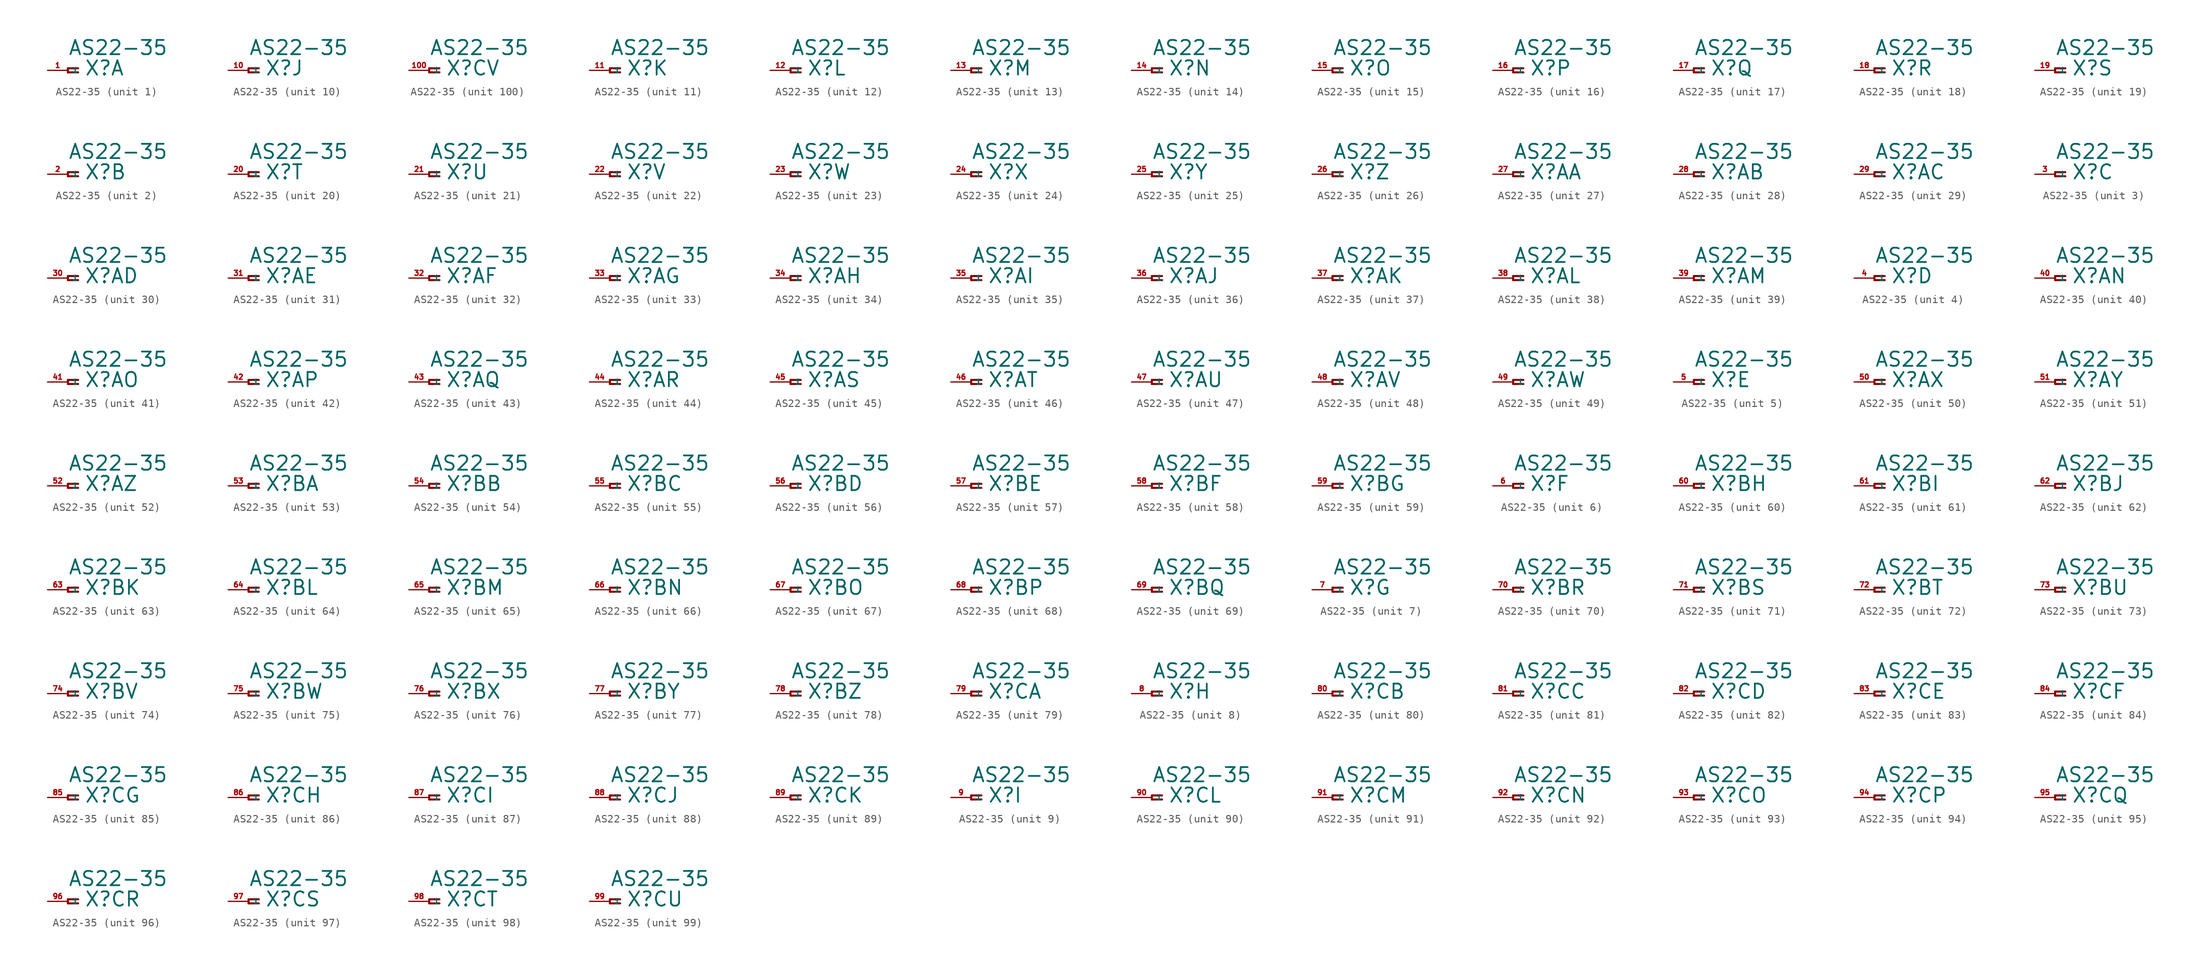
<source format=kicad_sym>
(kicad_symbol_lib
  (version 20220914)
  (generator Eagle2Kicad)
  (symbol "AS22-35"
    (property "Reference" "X"
      (at 2.032 -0.762 0)
      (effects (font (size 1.778 1.778) (thickness 0.22)) (justify left bottom)))
    (property "Value" "AS22-35"
      (at 0 1.778 0)
      (effects (font (size 1.778 1.778) (thickness 0.22)) (justify left bottom)))
    (symbol "AS22-35_1_0"
      (polyline (pts (xy 1.27 0.254) (xy 0 0.254)) (stroke (width 0.254) (type default)) (fill (type none)))
      (polyline (pts (xy 0 0.254) (xy 0 -0.254)) (stroke (width 0.254) (type default)) (fill (type none)))
      (polyline (pts (xy 0 -0.254) (xy 1.27 -0.254)) (stroke (width 0.254) (type default)) (fill (type none)))
      (pin passive line (at -2.54 0 0) (length 2.54) (name "1" (effects (font (size 0.635 0.635) (thickness 0.08)) (justify left bottom))) (number "1" (effects (font (size 0.635 0.635) (thickness 0.08)) (justify left bottom)))))
    (symbol "AS22-35_2_0"
      (polyline (pts (xy 1.27 0.254) (xy 0 0.254)) (stroke (width 0.254) (type default)) (fill (type none)))
      (polyline (pts (xy 0 0.254) (xy 0 -0.254)) (stroke (width 0.254) (type default)) (fill (type none)))
      (polyline (pts (xy 0 -0.254) (xy 1.27 -0.254)) (stroke (width 0.254) (type default)) (fill (type none)))
      (pin passive line (at -2.54 0 0) (length 2.54) (name "1" (effects (font (size 0.635 0.635) (thickness 0.08)) (justify left bottom))) (number "2" (effects (font (size 0.635 0.635) (thickness 0.08)) (justify left bottom)))))
    (symbol "AS22-35_3_0"
      (polyline (pts (xy 1.27 0.254) (xy 0 0.254)) (stroke (width 0.254) (type default)) (fill (type none)))
      (polyline (pts (xy 0 0.254) (xy 0 -0.254)) (stroke (width 0.254) (type default)) (fill (type none)))
      (polyline (pts (xy 0 -0.254) (xy 1.27 -0.254)) (stroke (width 0.254) (type default)) (fill (type none)))
      (pin passive line (at -2.54 0 0) (length 2.54) (name "1" (effects (font (size 0.635 0.635) (thickness 0.08)) (justify left bottom))) (number "3" (effects (font (size 0.635 0.635) (thickness 0.08)) (justify left bottom)))))
    (symbol "AS22-35_4_0"
      (polyline (pts (xy 1.27 0.254) (xy 0 0.254)) (stroke (width 0.254) (type default)) (fill (type none)))
      (polyline (pts (xy 0 0.254) (xy 0 -0.254)) (stroke (width 0.254) (type default)) (fill (type none)))
      (polyline (pts (xy 0 -0.254) (xy 1.27 -0.254)) (stroke (width 0.254) (type default)) (fill (type none)))
      (pin passive line (at -2.54 0 0) (length 2.54) (name "1" (effects (font (size 0.635 0.635) (thickness 0.08)) (justify left bottom))) (number "4" (effects (font (size 0.635 0.635) (thickness 0.08)) (justify left bottom)))))
    (symbol "AS22-35_5_0"
      (polyline (pts (xy 1.27 0.254) (xy 0 0.254)) (stroke (width 0.254) (type default)) (fill (type none)))
      (polyline (pts (xy 0 0.254) (xy 0 -0.254)) (stroke (width 0.254) (type default)) (fill (type none)))
      (polyline (pts (xy 0 -0.254) (xy 1.27 -0.254)) (stroke (width 0.254) (type default)) (fill (type none)))
      (pin passive line (at -2.54 0 0) (length 2.54) (name "1" (effects (font (size 0.635 0.635) (thickness 0.08)) (justify left bottom))) (number "5" (effects (font (size 0.635 0.635) (thickness 0.08)) (justify left bottom)))))
    (symbol "AS22-35_6_0"
      (polyline (pts (xy 1.27 0.254) (xy 0 0.254)) (stroke (width 0.254) (type default)) (fill (type none)))
      (polyline (pts (xy 0 0.254) (xy 0 -0.254)) (stroke (width 0.254) (type default)) (fill (type none)))
      (polyline (pts (xy 0 -0.254) (xy 1.27 -0.254)) (stroke (width 0.254) (type default)) (fill (type none)))
      (pin passive line (at -2.54 0 0) (length 2.54) (name "1" (effects (font (size 0.635 0.635) (thickness 0.08)) (justify left bottom))) (number "6" (effects (font (size 0.635 0.635) (thickness 0.08)) (justify left bottom)))))
    (symbol "AS22-35_7_0"
      (polyline (pts (xy 1.27 0.254) (xy 0 0.254)) (stroke (width 0.254) (type default)) (fill (type none)))
      (polyline (pts (xy 0 0.254) (xy 0 -0.254)) (stroke (width 0.254) (type default)) (fill (type none)))
      (polyline (pts (xy 0 -0.254) (xy 1.27 -0.254)) (stroke (width 0.254) (type default)) (fill (type none)))
      (pin passive line (at -2.54 0 0) (length 2.54) (name "1" (effects (font (size 0.635 0.635) (thickness 0.08)) (justify left bottom))) (number "7" (effects (font (size 0.635 0.635) (thickness 0.08)) (justify left bottom)))))
    (symbol "AS22-35_8_0"
      (polyline (pts (xy 1.27 0.254) (xy 0 0.254)) (stroke (width 0.254) (type default)) (fill (type none)))
      (polyline (pts (xy 0 0.254) (xy 0 -0.254)) (stroke (width 0.254) (type default)) (fill (type none)))
      (polyline (pts (xy 0 -0.254) (xy 1.27 -0.254)) (stroke (width 0.254) (type default)) (fill (type none)))
      (pin passive line (at -2.54 0 0) (length 2.54) (name "1" (effects (font (size 0.635 0.635) (thickness 0.08)) (justify left bottom))) (number "8" (effects (font (size 0.635 0.635) (thickness 0.08)) (justify left bottom)))))
    (symbol "AS22-35_9_0"
      (polyline (pts (xy 1.27 0.254) (xy 0 0.254)) (stroke (width 0.254) (type default)) (fill (type none)))
      (polyline (pts (xy 0 0.254) (xy 0 -0.254)) (stroke (width 0.254) (type default)) (fill (type none)))
      (polyline (pts (xy 0 -0.254) (xy 1.27 -0.254)) (stroke (width 0.254) (type default)) (fill (type none)))
      (pin passive line (at -2.54 0 0) (length 2.54) (name "1" (effects (font (size 0.635 0.635) (thickness 0.08)) (justify left bottom))) (number "9" (effects (font (size 0.635 0.635) (thickness 0.08)) (justify left bottom)))))
    (symbol "AS22-35_10_0"
      (polyline (pts (xy 1.27 0.254) (xy 0 0.254)) (stroke (width 0.254) (type default)) (fill (type none)))
      (polyline (pts (xy 0 0.254) (xy 0 -0.254)) (stroke (width 0.254) (type default)) (fill (type none)))
      (polyline (pts (xy 0 -0.254) (xy 1.27 -0.254)) (stroke (width 0.254) (type default)) (fill (type none)))
      (pin passive line (at -2.54 0 0) (length 2.54) (name "1" (effects (font (size 0.635 0.635) (thickness 0.08)) (justify left bottom))) (number "10" (effects (font (size 0.635 0.635) (thickness 0.08)) (justify left bottom)))))
    (symbol "AS22-35_11_0"
      (polyline (pts (xy 1.27 0.254) (xy 0 0.254)) (stroke (width 0.254) (type default)) (fill (type none)))
      (polyline (pts (xy 0 0.254) (xy 0 -0.254)) (stroke (width 0.254) (type default)) (fill (type none)))
      (polyline (pts (xy 0 -0.254) (xy 1.27 -0.254)) (stroke (width 0.254) (type default)) (fill (type none)))
      (pin passive line (at -2.54 0 0) (length 2.54) (name "1" (effects (font (size 0.635 0.635) (thickness 0.08)) (justify left bottom))) (number "11" (effects (font (size 0.635 0.635) (thickness 0.08)) (justify left bottom)))))
    (symbol "AS22-35_12_0"
      (polyline (pts (xy 1.27 0.254) (xy 0 0.254)) (stroke (width 0.254) (type default)) (fill (type none)))
      (polyline (pts (xy 0 0.254) (xy 0 -0.254)) (stroke (width 0.254) (type default)) (fill (type none)))
      (polyline (pts (xy 0 -0.254) (xy 1.27 -0.254)) (stroke (width 0.254) (type default)) (fill (type none)))
      (pin passive line (at -2.54 0 0) (length 2.54) (name "1" (effects (font (size 0.635 0.635) (thickness 0.08)) (justify left bottom))) (number "12" (effects (font (size 0.635 0.635) (thickness 0.08)) (justify left bottom)))))
    (symbol "AS22-35_13_0"
      (polyline (pts (xy 1.27 0.254) (xy 0 0.254)) (stroke (width 0.254) (type default)) (fill (type none)))
      (polyline (pts (xy 0 0.254) (xy 0 -0.254)) (stroke (width 0.254) (type default)) (fill (type none)))
      (polyline (pts (xy 0 -0.254) (xy 1.27 -0.254)) (stroke (width 0.254) (type default)) (fill (type none)))
      (pin passive line (at -2.54 0 0) (length 2.54) (name "1" (effects (font (size 0.635 0.635) (thickness 0.08)) (justify left bottom))) (number "13" (effects (font (size 0.635 0.635) (thickness 0.08)) (justify left bottom)))))
    (symbol "AS22-35_14_0"
      (polyline (pts (xy 1.27 0.254) (xy 0 0.254)) (stroke (width 0.254) (type default)) (fill (type none)))
      (polyline (pts (xy 0 0.254) (xy 0 -0.254)) (stroke (width 0.254) (type default)) (fill (type none)))
      (polyline (pts (xy 0 -0.254) (xy 1.27 -0.254)) (stroke (width 0.254) (type default)) (fill (type none)))
      (pin passive line (at -2.54 0 0) (length 2.54) (name "1" (effects (font (size 0.635 0.635) (thickness 0.08)) (justify left bottom))) (number "14" (effects (font (size 0.635 0.635) (thickness 0.08)) (justify left bottom)))))
    (symbol "AS22-35_15_0"
      (polyline (pts (xy 1.27 0.254) (xy 0 0.254)) (stroke (width 0.254) (type default)) (fill (type none)))
      (polyline (pts (xy 0 0.254) (xy 0 -0.254)) (stroke (width 0.254) (type default)) (fill (type none)))
      (polyline (pts (xy 0 -0.254) (xy 1.27 -0.254)) (stroke (width 0.254) (type default)) (fill (type none)))
      (pin passive line (at -2.54 0 0) (length 2.54) (name "1" (effects (font (size 0.635 0.635) (thickness 0.08)) (justify left bottom))) (number "15" (effects (font (size 0.635 0.635) (thickness 0.08)) (justify left bottom)))))
    (symbol "AS22-35_16_0"
      (polyline (pts (xy 1.27 0.254) (xy 0 0.254)) (stroke (width 0.254) (type default)) (fill (type none)))
      (polyline (pts (xy 0 0.254) (xy 0 -0.254)) (stroke (width 0.254) (type default)) (fill (type none)))
      (polyline (pts (xy 0 -0.254) (xy 1.27 -0.254)) (stroke (width 0.254) (type default)) (fill (type none)))
      (pin passive line (at -2.54 0 0) (length 2.54) (name "1" (effects (font (size 0.635 0.635) (thickness 0.08)) (justify left bottom))) (number "16" (effects (font (size 0.635 0.635) (thickness 0.08)) (justify left bottom)))))
    (symbol "AS22-35_17_0"
      (polyline (pts (xy 1.27 0.254) (xy 0 0.254)) (stroke (width 0.254) (type default)) (fill (type none)))
      (polyline (pts (xy 0 0.254) (xy 0 -0.254)) (stroke (width 0.254) (type default)) (fill (type none)))
      (polyline (pts (xy 0 -0.254) (xy 1.27 -0.254)) (stroke (width 0.254) (type default)) (fill (type none)))
      (pin passive line (at -2.54 0 0) (length 2.54) (name "1" (effects (font (size 0.635 0.635) (thickness 0.08)) (justify left bottom))) (number "17" (effects (font (size 0.635 0.635) (thickness 0.08)) (justify left bottom)))))
    (symbol "AS22-35_18_0"
      (polyline (pts (xy 1.27 0.254) (xy 0 0.254)) (stroke (width 0.254) (type default)) (fill (type none)))
      (polyline (pts (xy 0 0.254) (xy 0 -0.254)) (stroke (width 0.254) (type default)) (fill (type none)))
      (polyline (pts (xy 0 -0.254) (xy 1.27 -0.254)) (stroke (width 0.254) (type default)) (fill (type none)))
      (pin passive line (at -2.54 0 0) (length 2.54) (name "1" (effects (font (size 0.635 0.635) (thickness 0.08)) (justify left bottom))) (number "18" (effects (font (size 0.635 0.635) (thickness 0.08)) (justify left bottom)))))
    (symbol "AS22-35_19_0"
      (polyline (pts (xy 1.27 0.254) (xy 0 0.254)) (stroke (width 0.254) (type default)) (fill (type none)))
      (polyline (pts (xy 0 0.254) (xy 0 -0.254)) (stroke (width 0.254) (type default)) (fill (type none)))
      (polyline (pts (xy 0 -0.254) (xy 1.27 -0.254)) (stroke (width 0.254) (type default)) (fill (type none)))
      (pin passive line (at -2.54 0 0) (length 2.54) (name "1" (effects (font (size 0.635 0.635) (thickness 0.08)) (justify left bottom))) (number "19" (effects (font (size 0.635 0.635) (thickness 0.08)) (justify left bottom)))))
    (symbol "AS22-35_20_0"
      (polyline (pts (xy 1.27 0.254) (xy 0 0.254)) (stroke (width 0.254) (type default)) (fill (type none)))
      (polyline (pts (xy 0 0.254) (xy 0 -0.254)) (stroke (width 0.254) (type default)) (fill (type none)))
      (polyline (pts (xy 0 -0.254) (xy 1.27 -0.254)) (stroke (width 0.254) (type default)) (fill (type none)))
      (pin passive line (at -2.54 0 0) (length 2.54) (name "1" (effects (font (size 0.635 0.635) (thickness 0.08)) (justify left bottom))) (number "20" (effects (font (size 0.635 0.635) (thickness 0.08)) (justify left bottom)))))
    (symbol "AS22-35_21_0"
      (polyline (pts (xy 1.27 0.254) (xy 0 0.254)) (stroke (width 0.254) (type default)) (fill (type none)))
      (polyline (pts (xy 0 0.254) (xy 0 -0.254)) (stroke (width 0.254) (type default)) (fill (type none)))
      (polyline (pts (xy 0 -0.254) (xy 1.27 -0.254)) (stroke (width 0.254) (type default)) (fill (type none)))
      (pin passive line (at -2.54 0 0) (length 2.54) (name "1" (effects (font (size 0.635 0.635) (thickness 0.08)) (justify left bottom))) (number "21" (effects (font (size 0.635 0.635) (thickness 0.08)) (justify left bottom)))))
    (symbol "AS22-35_22_0"
      (polyline (pts (xy 1.27 0.254) (xy 0 0.254)) (stroke (width 0.254) (type default)) (fill (type none)))
      (polyline (pts (xy 0 0.254) (xy 0 -0.254)) (stroke (width 0.254) (type default)) (fill (type none)))
      (polyline (pts (xy 0 -0.254) (xy 1.27 -0.254)) (stroke (width 0.254) (type default)) (fill (type none)))
      (pin passive line (at -2.54 0 0) (length 2.54) (name "1" (effects (font (size 0.635 0.635) (thickness 0.08)) (justify left bottom))) (number "22" (effects (font (size 0.635 0.635) (thickness 0.08)) (justify left bottom)))))
    (symbol "AS22-35_23_0"
      (polyline (pts (xy 1.27 0.254) (xy 0 0.254)) (stroke (width 0.254) (type default)) (fill (type none)))
      (polyline (pts (xy 0 0.254) (xy 0 -0.254)) (stroke (width 0.254) (type default)) (fill (type none)))
      (polyline (pts (xy 0 -0.254) (xy 1.27 -0.254)) (stroke (width 0.254) (type default)) (fill (type none)))
      (pin passive line (at -2.54 0 0) (length 2.54) (name "1" (effects (font (size 0.635 0.635) (thickness 0.08)) (justify left bottom))) (number "23" (effects (font (size 0.635 0.635) (thickness 0.08)) (justify left bottom)))))
    (symbol "AS22-35_24_0"
      (polyline (pts (xy 1.27 0.254) (xy 0 0.254)) (stroke (width 0.254) (type default)) (fill (type none)))
      (polyline (pts (xy 0 0.254) (xy 0 -0.254)) (stroke (width 0.254) (type default)) (fill (type none)))
      (polyline (pts (xy 0 -0.254) (xy 1.27 -0.254)) (stroke (width 0.254) (type default)) (fill (type none)))
      (pin passive line (at -2.54 0 0) (length 2.54) (name "1" (effects (font (size 0.635 0.635) (thickness 0.08)) (justify left bottom))) (number "24" (effects (font (size 0.635 0.635) (thickness 0.08)) (justify left bottom)))))
    (symbol "AS22-35_25_0"
      (polyline (pts (xy 1.27 0.254) (xy 0 0.254)) (stroke (width 0.254) (type default)) (fill (type none)))
      (polyline (pts (xy 0 0.254) (xy 0 -0.254)) (stroke (width 0.254) (type default)) (fill (type none)))
      (polyline (pts (xy 0 -0.254) (xy 1.27 -0.254)) (stroke (width 0.254) (type default)) (fill (type none)))
      (pin passive line (at -2.54 0 0) (length 2.54) (name "1" (effects (font (size 0.635 0.635) (thickness 0.08)) (justify left bottom))) (number "25" (effects (font (size 0.635 0.635) (thickness 0.08)) (justify left bottom)))))
    (symbol "AS22-35_26_0"
      (polyline (pts (xy 1.27 0.254) (xy 0 0.254)) (stroke (width 0.254) (type default)) (fill (type none)))
      (polyline (pts (xy 0 0.254) (xy 0 -0.254)) (stroke (width 0.254) (type default)) (fill (type none)))
      (polyline (pts (xy 0 -0.254) (xy 1.27 -0.254)) (stroke (width 0.254) (type default)) (fill (type none)))
      (pin passive line (at -2.54 0 0) (length 2.54) (name "1" (effects (font (size 0.635 0.635) (thickness 0.08)) (justify left bottom))) (number "26" (effects (font (size 0.635 0.635) (thickness 0.08)) (justify left bottom)))))
    (symbol "AS22-35_27_0"
      (polyline (pts (xy 1.27 0.254) (xy 0 0.254)) (stroke (width 0.254) (type default)) (fill (type none)))
      (polyline (pts (xy 0 0.254) (xy 0 -0.254)) (stroke (width 0.254) (type default)) (fill (type none)))
      (polyline (pts (xy 0 -0.254) (xy 1.27 -0.254)) (stroke (width 0.254) (type default)) (fill (type none)))
      (pin passive line (at -2.54 0 0) (length 2.54) (name "1" (effects (font (size 0.635 0.635) (thickness 0.08)) (justify left bottom))) (number "27" (effects (font (size 0.635 0.635) (thickness 0.08)) (justify left bottom)))))
    (symbol "AS22-35_28_0"
      (polyline (pts (xy 1.27 0.254) (xy 0 0.254)) (stroke (width 0.254) (type default)) (fill (type none)))
      (polyline (pts (xy 0 0.254) (xy 0 -0.254)) (stroke (width 0.254) (type default)) (fill (type none)))
      (polyline (pts (xy 0 -0.254) (xy 1.27 -0.254)) (stroke (width 0.254) (type default)) (fill (type none)))
      (pin passive line (at -2.54 0 0) (length 2.54) (name "1" (effects (font (size 0.635 0.635) (thickness 0.08)) (justify left bottom))) (number "28" (effects (font (size 0.635 0.635) (thickness 0.08)) (justify left bottom)))))
    (symbol "AS22-35_29_0"
      (polyline (pts (xy 1.27 0.254) (xy 0 0.254)) (stroke (width 0.254) (type default)) (fill (type none)))
      (polyline (pts (xy 0 0.254) (xy 0 -0.254)) (stroke (width 0.254) (type default)) (fill (type none)))
      (polyline (pts (xy 0 -0.254) (xy 1.27 -0.254)) (stroke (width 0.254) (type default)) (fill (type none)))
      (pin passive line (at -2.54 0 0) (length 2.54) (name "1" (effects (font (size 0.635 0.635) (thickness 0.08)) (justify left bottom))) (number "29" (effects (font (size 0.635 0.635) (thickness 0.08)) (justify left bottom)))))
    (symbol "AS22-35_30_0"
      (polyline (pts (xy 1.27 0.254) (xy 0 0.254)) (stroke (width 0.254) (type default)) (fill (type none)))
      (polyline (pts (xy 0 0.254) (xy 0 -0.254)) (stroke (width 0.254) (type default)) (fill (type none)))
      (polyline (pts (xy 0 -0.254) (xy 1.27 -0.254)) (stroke (width 0.254) (type default)) (fill (type none)))
      (pin passive line (at -2.54 0 0) (length 2.54) (name "1" (effects (font (size 0.635 0.635) (thickness 0.08)) (justify left bottom))) (number "30" (effects (font (size 0.635 0.635) (thickness 0.08)) (justify left bottom)))))
    (symbol "AS22-35_31_0"
      (polyline (pts (xy 1.27 0.254) (xy 0 0.254)) (stroke (width 0.254) (type default)) (fill (type none)))
      (polyline (pts (xy 0 0.254) (xy 0 -0.254)) (stroke (width 0.254) (type default)) (fill (type none)))
      (polyline (pts (xy 0 -0.254) (xy 1.27 -0.254)) (stroke (width 0.254) (type default)) (fill (type none)))
      (pin passive line (at -2.54 0 0) (length 2.54) (name "1" (effects (font (size 0.635 0.635) (thickness 0.08)) (justify left bottom))) (number "31" (effects (font (size 0.635 0.635) (thickness 0.08)) (justify left bottom)))))
    (symbol "AS22-35_32_0"
      (polyline (pts (xy 1.27 0.254) (xy 0 0.254)) (stroke (width 0.254) (type default)) (fill (type none)))
      (polyline (pts (xy 0 0.254) (xy 0 -0.254)) (stroke (width 0.254) (type default)) (fill (type none)))
      (polyline (pts (xy 0 -0.254) (xy 1.27 -0.254)) (stroke (width 0.254) (type default)) (fill (type none)))
      (pin passive line (at -2.54 0 0) (length 2.54) (name "1" (effects (font (size 0.635 0.635) (thickness 0.08)) (justify left bottom))) (number "32" (effects (font (size 0.635 0.635) (thickness 0.08)) (justify left bottom)))))
    (symbol "AS22-35_33_0"
      (polyline (pts (xy 1.27 0.254) (xy 0 0.254)) (stroke (width 0.254) (type default)) (fill (type none)))
      (polyline (pts (xy 0 0.254) (xy 0 -0.254)) (stroke (width 0.254) (type default)) (fill (type none)))
      (polyline (pts (xy 0 -0.254) (xy 1.27 -0.254)) (stroke (width 0.254) (type default)) (fill (type none)))
      (pin passive line (at -2.54 0 0) (length 2.54) (name "1" (effects (font (size 0.635 0.635) (thickness 0.08)) (justify left bottom))) (number "33" (effects (font (size 0.635 0.635) (thickness 0.08)) (justify left bottom)))))
    (symbol "AS22-35_34_0"
      (polyline (pts (xy 1.27 0.254) (xy 0 0.254)) (stroke (width 0.254) (type default)) (fill (type none)))
      (polyline (pts (xy 0 0.254) (xy 0 -0.254)) (stroke (width 0.254) (type default)) (fill (type none)))
      (polyline (pts (xy 0 -0.254) (xy 1.27 -0.254)) (stroke (width 0.254) (type default)) (fill (type none)))
      (pin passive line (at -2.54 0 0) (length 2.54) (name "1" (effects (font (size 0.635 0.635) (thickness 0.08)) (justify left bottom))) (number "34" (effects (font (size 0.635 0.635) (thickness 0.08)) (justify left bottom)))))
    (symbol "AS22-35_35_0"
      (polyline (pts (xy 1.27 0.254) (xy 0 0.254)) (stroke (width 0.254) (type default)) (fill (type none)))
      (polyline (pts (xy 0 0.254) (xy 0 -0.254)) (stroke (width 0.254) (type default)) (fill (type none)))
      (polyline (pts (xy 0 -0.254) (xy 1.27 -0.254)) (stroke (width 0.254) (type default)) (fill (type none)))
      (pin passive line (at -2.54 0 0) (length 2.54) (name "1" (effects (font (size 0.635 0.635) (thickness 0.08)) (justify left bottom))) (number "35" (effects (font (size 0.635 0.635) (thickness 0.08)) (justify left bottom)))))
    (symbol "AS22-35_36_0"
      (polyline (pts (xy 1.27 0.254) (xy 0 0.254)) (stroke (width 0.254) (type default)) (fill (type none)))
      (polyline (pts (xy 0 0.254) (xy 0 -0.254)) (stroke (width 0.254) (type default)) (fill (type none)))
      (polyline (pts (xy 0 -0.254) (xy 1.27 -0.254)) (stroke (width 0.254) (type default)) (fill (type none)))
      (pin passive line (at -2.54 0 0) (length 2.54) (name "1" (effects (font (size 0.635 0.635) (thickness 0.08)) (justify left bottom))) (number "36" (effects (font (size 0.635 0.635) (thickness 0.08)) (justify left bottom)))))
    (symbol "AS22-35_37_0"
      (polyline (pts (xy 1.27 0.254) (xy 0 0.254)) (stroke (width 0.254) (type default)) (fill (type none)))
      (polyline (pts (xy 0 0.254) (xy 0 -0.254)) (stroke (width 0.254) (type default)) (fill (type none)))
      (polyline (pts (xy 0 -0.254) (xy 1.27 -0.254)) (stroke (width 0.254) (type default)) (fill (type none)))
      (pin passive line (at -2.54 0 0) (length 2.54) (name "1" (effects (font (size 0.635 0.635) (thickness 0.08)) (justify left bottom))) (number "37" (effects (font (size 0.635 0.635) (thickness 0.08)) (justify left bottom)))))
    (symbol "AS22-35_38_0"
      (polyline (pts (xy 1.27 0.254) (xy 0 0.254)) (stroke (width 0.254) (type default)) (fill (type none)))
      (polyline (pts (xy 0 0.254) (xy 0 -0.254)) (stroke (width 0.254) (type default)) (fill (type none)))
      (polyline (pts (xy 0 -0.254) (xy 1.27 -0.254)) (stroke (width 0.254) (type default)) (fill (type none)))
      (pin passive line (at -2.54 0 0) (length 2.54) (name "1" (effects (font (size 0.635 0.635) (thickness 0.08)) (justify left bottom))) (number "38" (effects (font (size 0.635 0.635) (thickness 0.08)) (justify left bottom)))))
    (symbol "AS22-35_39_0"
      (polyline (pts (xy 1.27 0.254) (xy 0 0.254)) (stroke (width 0.254) (type default)) (fill (type none)))
      (polyline (pts (xy 0 0.254) (xy 0 -0.254)) (stroke (width 0.254) (type default)) (fill (type none)))
      (polyline (pts (xy 0 -0.254) (xy 1.27 -0.254)) (stroke (width 0.254) (type default)) (fill (type none)))
      (pin passive line (at -2.54 0 0) (length 2.54) (name "1" (effects (font (size 0.635 0.635) (thickness 0.08)) (justify left bottom))) (number "39" (effects (font (size 0.635 0.635) (thickness 0.08)) (justify left bottom)))))
    (symbol "AS22-35_40_0"
      (polyline (pts (xy 1.27 0.254) (xy 0 0.254)) (stroke (width 0.254) (type default)) (fill (type none)))
      (polyline (pts (xy 0 0.254) (xy 0 -0.254)) (stroke (width 0.254) (type default)) (fill (type none)))
      (polyline (pts (xy 0 -0.254) (xy 1.27 -0.254)) (stroke (width 0.254) (type default)) (fill (type none)))
      (pin passive line (at -2.54 0 0) (length 2.54) (name "1" (effects (font (size 0.635 0.635) (thickness 0.08)) (justify left bottom))) (number "40" (effects (font (size 0.635 0.635) (thickness 0.08)) (justify left bottom)))))
    (symbol "AS22-35_41_0"
      (polyline (pts (xy 1.27 0.254) (xy 0 0.254)) (stroke (width 0.254) (type default)) (fill (type none)))
      (polyline (pts (xy 0 0.254) (xy 0 -0.254)) (stroke (width 0.254) (type default)) (fill (type none)))
      (polyline (pts (xy 0 -0.254) (xy 1.27 -0.254)) (stroke (width 0.254) (type default)) (fill (type none)))
      (pin passive line (at -2.54 0 0) (length 2.54) (name "1" (effects (font (size 0.635 0.635) (thickness 0.08)) (justify left bottom))) (number "41" (effects (font (size 0.635 0.635) (thickness 0.08)) (justify left bottom)))))
    (symbol "AS22-35_42_0"
      (polyline (pts (xy 1.27 0.254) (xy 0 0.254)) (stroke (width 0.254) (type default)) (fill (type none)))
      (polyline (pts (xy 0 0.254) (xy 0 -0.254)) (stroke (width 0.254) (type default)) (fill (type none)))
      (polyline (pts (xy 0 -0.254) (xy 1.27 -0.254)) (stroke (width 0.254) (type default)) (fill (type none)))
      (pin passive line (at -2.54 0 0) (length 2.54) (name "1" (effects (font (size 0.635 0.635) (thickness 0.08)) (justify left bottom))) (number "42" (effects (font (size 0.635 0.635) (thickness 0.08)) (justify left bottom)))))
    (symbol "AS22-35_43_0"
      (polyline (pts (xy 1.27 0.254) (xy 0 0.254)) (stroke (width 0.254) (type default)) (fill (type none)))
      (polyline (pts (xy 0 0.254) (xy 0 -0.254)) (stroke (width 0.254) (type default)) (fill (type none)))
      (polyline (pts (xy 0 -0.254) (xy 1.27 -0.254)) (stroke (width 0.254) (type default)) (fill (type none)))
      (pin passive line (at -2.54 0 0) (length 2.54) (name "1" (effects (font (size 0.635 0.635) (thickness 0.08)) (justify left bottom))) (number "43" (effects (font (size 0.635 0.635) (thickness 0.08)) (justify left bottom)))))
    (symbol "AS22-35_44_0"
      (polyline (pts (xy 1.27 0.254) (xy 0 0.254)) (stroke (width 0.254) (type default)) (fill (type none)))
      (polyline (pts (xy 0 0.254) (xy 0 -0.254)) (stroke (width 0.254) (type default)) (fill (type none)))
      (polyline (pts (xy 0 -0.254) (xy 1.27 -0.254)) (stroke (width 0.254) (type default)) (fill (type none)))
      (pin passive line (at -2.54 0 0) (length 2.54) (name "1" (effects (font (size 0.635 0.635) (thickness 0.08)) (justify left bottom))) (number "44" (effects (font (size 0.635 0.635) (thickness 0.08)) (justify left bottom)))))
    (symbol "AS22-35_45_0"
      (polyline (pts (xy 1.27 0.254) (xy 0 0.254)) (stroke (width 0.254) (type default)) (fill (type none)))
      (polyline (pts (xy 0 0.254) (xy 0 -0.254)) (stroke (width 0.254) (type default)) (fill (type none)))
      (polyline (pts (xy 0 -0.254) (xy 1.27 -0.254)) (stroke (width 0.254) (type default)) (fill (type none)))
      (pin passive line (at -2.54 0 0) (length 2.54) (name "1" (effects (font (size 0.635 0.635) (thickness 0.08)) (justify left bottom))) (number "45" (effects (font (size 0.635 0.635) (thickness 0.08)) (justify left bottom)))))
    (symbol "AS22-35_46_0"
      (polyline (pts (xy 1.27 0.254) (xy 0 0.254)) (stroke (width 0.254) (type default)) (fill (type none)))
      (polyline (pts (xy 0 0.254) (xy 0 -0.254)) (stroke (width 0.254) (type default)) (fill (type none)))
      (polyline (pts (xy 0 -0.254) (xy 1.27 -0.254)) (stroke (width 0.254) (type default)) (fill (type none)))
      (pin passive line (at -2.54 0 0) (length 2.54) (name "1" (effects (font (size 0.635 0.635) (thickness 0.08)) (justify left bottom))) (number "46" (effects (font (size 0.635 0.635) (thickness 0.08)) (justify left bottom)))))
    (symbol "AS22-35_47_0"
      (polyline (pts (xy 1.27 0.254) (xy 0 0.254)) (stroke (width 0.254) (type default)) (fill (type none)))
      (polyline (pts (xy 0 0.254) (xy 0 -0.254)) (stroke (width 0.254) (type default)) (fill (type none)))
      (polyline (pts (xy 0 -0.254) (xy 1.27 -0.254)) (stroke (width 0.254) (type default)) (fill (type none)))
      (pin passive line (at -2.54 0 0) (length 2.54) (name "1" (effects (font (size 0.635 0.635) (thickness 0.08)) (justify left bottom))) (number "47" (effects (font (size 0.635 0.635) (thickness 0.08)) (justify left bottom)))))
    (symbol "AS22-35_48_0"
      (polyline (pts (xy 1.27 0.254) (xy 0 0.254)) (stroke (width 0.254) (type default)) (fill (type none)))
      (polyline (pts (xy 0 0.254) (xy 0 -0.254)) (stroke (width 0.254) (type default)) (fill (type none)))
      (polyline (pts (xy 0 -0.254) (xy 1.27 -0.254)) (stroke (width 0.254) (type default)) (fill (type none)))
      (pin passive line (at -2.54 0 0) (length 2.54) (name "1" (effects (font (size 0.635 0.635) (thickness 0.08)) (justify left bottom))) (number "48" (effects (font (size 0.635 0.635) (thickness 0.08)) (justify left bottom)))))
    (symbol "AS22-35_49_0"
      (polyline (pts (xy 1.27 0.254) (xy 0 0.254)) (stroke (width 0.254) (type default)) (fill (type none)))
      (polyline (pts (xy 0 0.254) (xy 0 -0.254)) (stroke (width 0.254) (type default)) (fill (type none)))
      (polyline (pts (xy 0 -0.254) (xy 1.27 -0.254)) (stroke (width 0.254) (type default)) (fill (type none)))
      (pin passive line (at -2.54 0 0) (length 2.54) (name "1" (effects (font (size 0.635 0.635) (thickness 0.08)) (justify left bottom))) (number "49" (effects (font (size 0.635 0.635) (thickness 0.08)) (justify left bottom)))))
    (symbol "AS22-35_50_0"
      (polyline (pts (xy 1.27 0.254) (xy 0 0.254)) (stroke (width 0.254) (type default)) (fill (type none)))
      (polyline (pts (xy 0 0.254) (xy 0 -0.254)) (stroke (width 0.254) (type default)) (fill (type none)))
      (polyline (pts (xy 0 -0.254) (xy 1.27 -0.254)) (stroke (width 0.254) (type default)) (fill (type none)))
      (pin passive line (at -2.54 0 0) (length 2.54) (name "1" (effects (font (size 0.635 0.635) (thickness 0.08)) (justify left bottom))) (number "50" (effects (font (size 0.635 0.635) (thickness 0.08)) (justify left bottom)))))
    (symbol "AS22-35_51_0"
      (polyline (pts (xy 1.27 0.254) (xy 0 0.254)) (stroke (width 0.254) (type default)) (fill (type none)))
      (polyline (pts (xy 0 0.254) (xy 0 -0.254)) (stroke (width 0.254) (type default)) (fill (type none)))
      (polyline (pts (xy 0 -0.254) (xy 1.27 -0.254)) (stroke (width 0.254) (type default)) (fill (type none)))
      (pin passive line (at -2.54 0 0) (length 2.54) (name "1" (effects (font (size 0.635 0.635) (thickness 0.08)) (justify left bottom))) (number "51" (effects (font (size 0.635 0.635) (thickness 0.08)) (justify left bottom)))))
    (symbol "AS22-35_52_0"
      (polyline (pts (xy 1.27 0.254) (xy 0 0.254)) (stroke (width 0.254) (type default)) (fill (type none)))
      (polyline (pts (xy 0 0.254) (xy 0 -0.254)) (stroke (width 0.254) (type default)) (fill (type none)))
      (polyline (pts (xy 0 -0.254) (xy 1.27 -0.254)) (stroke (width 0.254) (type default)) (fill (type none)))
      (pin passive line (at -2.54 0 0) (length 2.54) (name "1" (effects (font (size 0.635 0.635) (thickness 0.08)) (justify left bottom))) (number "52" (effects (font (size 0.635 0.635) (thickness 0.08)) (justify left bottom)))))
    (symbol "AS22-35_53_0"
      (polyline (pts (xy 1.27 0.254) (xy 0 0.254)) (stroke (width 0.254) (type default)) (fill (type none)))
      (polyline (pts (xy 0 0.254) (xy 0 -0.254)) (stroke (width 0.254) (type default)) (fill (type none)))
      (polyline (pts (xy 0 -0.254) (xy 1.27 -0.254)) (stroke (width 0.254) (type default)) (fill (type none)))
      (pin passive line (at -2.54 0 0) (length 2.54) (name "1" (effects (font (size 0.635 0.635) (thickness 0.08)) (justify left bottom))) (number "53" (effects (font (size 0.635 0.635) (thickness 0.08)) (justify left bottom)))))
    (symbol "AS22-35_54_0"
      (polyline (pts (xy 1.27 0.254) (xy 0 0.254)) (stroke (width 0.254) (type default)) (fill (type none)))
      (polyline (pts (xy 0 0.254) (xy 0 -0.254)) (stroke (width 0.254) (type default)) (fill (type none)))
      (polyline (pts (xy 0 -0.254) (xy 1.27 -0.254)) (stroke (width 0.254) (type default)) (fill (type none)))
      (pin passive line (at -2.54 0 0) (length 2.54) (name "1" (effects (font (size 0.635 0.635) (thickness 0.08)) (justify left bottom))) (number "54" (effects (font (size 0.635 0.635) (thickness 0.08)) (justify left bottom)))))
    (symbol "AS22-35_55_0"
      (polyline (pts (xy 1.27 0.254) (xy 0 0.254)) (stroke (width 0.254) (type default)) (fill (type none)))
      (polyline (pts (xy 0 0.254) (xy 0 -0.254)) (stroke (width 0.254) (type default)) (fill (type none)))
      (polyline (pts (xy 0 -0.254) (xy 1.27 -0.254)) (stroke (width 0.254) (type default)) (fill (type none)))
      (pin passive line (at -2.54 0 0) (length 2.54) (name "1" (effects (font (size 0.635 0.635) (thickness 0.08)) (justify left bottom))) (number "55" (effects (font (size 0.635 0.635) (thickness 0.08)) (justify left bottom)))))
    (symbol "AS22-35_56_0"
      (polyline (pts (xy 1.27 0.254) (xy 0 0.254)) (stroke (width 0.254) (type default)) (fill (type none)))
      (polyline (pts (xy 0 0.254) (xy 0 -0.254)) (stroke (width 0.254) (type default)) (fill (type none)))
      (polyline (pts (xy 0 -0.254) (xy 1.27 -0.254)) (stroke (width 0.254) (type default)) (fill (type none)))
      (pin passive line (at -2.54 0 0) (length 2.54) (name "1" (effects (font (size 0.635 0.635) (thickness 0.08)) (justify left bottom))) (number "56" (effects (font (size 0.635 0.635) (thickness 0.08)) (justify left bottom)))))
    (symbol "AS22-35_57_0"
      (polyline (pts (xy 1.27 0.254) (xy 0 0.254)) (stroke (width 0.254) (type default)) (fill (type none)))
      (polyline (pts (xy 0 0.254) (xy 0 -0.254)) (stroke (width 0.254) (type default)) (fill (type none)))
      (polyline (pts (xy 0 -0.254) (xy 1.27 -0.254)) (stroke (width 0.254) (type default)) (fill (type none)))
      (pin passive line (at -2.54 0 0) (length 2.54) (name "1" (effects (font (size 0.635 0.635) (thickness 0.08)) (justify left bottom))) (number "57" (effects (font (size 0.635 0.635) (thickness 0.08)) (justify left bottom)))))
    (symbol "AS22-35_58_0"
      (polyline (pts (xy 1.27 0.254) (xy 0 0.254)) (stroke (width 0.254) (type default)) (fill (type none)))
      (polyline (pts (xy 0 0.254) (xy 0 -0.254)) (stroke (width 0.254) (type default)) (fill (type none)))
      (polyline (pts (xy 0 -0.254) (xy 1.27 -0.254)) (stroke (width 0.254) (type default)) (fill (type none)))
      (pin passive line (at -2.54 0 0) (length 2.54) (name "1" (effects (font (size 0.635 0.635) (thickness 0.08)) (justify left bottom))) (number "58" (effects (font (size 0.635 0.635) (thickness 0.08)) (justify left bottom)))))
    (symbol "AS22-35_59_0"
      (polyline (pts (xy 1.27 0.254) (xy 0 0.254)) (stroke (width 0.254) (type default)) (fill (type none)))
      (polyline (pts (xy 0 0.254) (xy 0 -0.254)) (stroke (width 0.254) (type default)) (fill (type none)))
      (polyline (pts (xy 0 -0.254) (xy 1.27 -0.254)) (stroke (width 0.254) (type default)) (fill (type none)))
      (pin passive line (at -2.54 0 0) (length 2.54) (name "1" (effects (font (size 0.635 0.635) (thickness 0.08)) (justify left bottom))) (number "59" (effects (font (size 0.635 0.635) (thickness 0.08)) (justify left bottom)))))
    (symbol "AS22-35_60_0"
      (polyline (pts (xy 1.27 0.254) (xy 0 0.254)) (stroke (width 0.254) (type default)) (fill (type none)))
      (polyline (pts (xy 0 0.254) (xy 0 -0.254)) (stroke (width 0.254) (type default)) (fill (type none)))
      (polyline (pts (xy 0 -0.254) (xy 1.27 -0.254)) (stroke (width 0.254) (type default)) (fill (type none)))
      (pin passive line (at -2.54 0 0) (length 2.54) (name "1" (effects (font (size 0.635 0.635) (thickness 0.08)) (justify left bottom))) (number "60" (effects (font (size 0.635 0.635) (thickness 0.08)) (justify left bottom)))))
    (symbol "AS22-35_61_0"
      (polyline (pts (xy 1.27 0.254) (xy 0 0.254)) (stroke (width 0.254) (type default)) (fill (type none)))
      (polyline (pts (xy 0 0.254) (xy 0 -0.254)) (stroke (width 0.254) (type default)) (fill (type none)))
      (polyline (pts (xy 0 -0.254) (xy 1.27 -0.254)) (stroke (width 0.254) (type default)) (fill (type none)))
      (pin passive line (at -2.54 0 0) (length 2.54) (name "1" (effects (font (size 0.635 0.635) (thickness 0.08)) (justify left bottom))) (number "61" (effects (font (size 0.635 0.635) (thickness 0.08)) (justify left bottom)))))
    (symbol "AS22-35_62_0"
      (polyline (pts (xy 1.27 0.254) (xy 0 0.254)) (stroke (width 0.254) (type default)) (fill (type none)))
      (polyline (pts (xy 0 0.254) (xy 0 -0.254)) (stroke (width 0.254) (type default)) (fill (type none)))
      (polyline (pts (xy 0 -0.254) (xy 1.27 -0.254)) (stroke (width 0.254) (type default)) (fill (type none)))
      (pin passive line (at -2.54 0 0) (length 2.54) (name "1" (effects (font (size 0.635 0.635) (thickness 0.08)) (justify left bottom))) (number "62" (effects (font (size 0.635 0.635) (thickness 0.08)) (justify left bottom)))))
    (symbol "AS22-35_63_0"
      (polyline (pts (xy 1.27 0.254) (xy 0 0.254)) (stroke (width 0.254) (type default)) (fill (type none)))
      (polyline (pts (xy 0 0.254) (xy 0 -0.254)) (stroke (width 0.254) (type default)) (fill (type none)))
      (polyline (pts (xy 0 -0.254) (xy 1.27 -0.254)) (stroke (width 0.254) (type default)) (fill (type none)))
      (pin passive line (at -2.54 0 0) (length 2.54) (name "1" (effects (font (size 0.635 0.635) (thickness 0.08)) (justify left bottom))) (number "63" (effects (font (size 0.635 0.635) (thickness 0.08)) (justify left bottom)))))
    (symbol "AS22-35_64_0"
      (polyline (pts (xy 1.27 0.254) (xy 0 0.254)) (stroke (width 0.254) (type default)) (fill (type none)))
      (polyline (pts (xy 0 0.254) (xy 0 -0.254)) (stroke (width 0.254) (type default)) (fill (type none)))
      (polyline (pts (xy 0 -0.254) (xy 1.27 -0.254)) (stroke (width 0.254) (type default)) (fill (type none)))
      (pin passive line (at -2.54 0 0) (length 2.54) (name "1" (effects (font (size 0.635 0.635) (thickness 0.08)) (justify left bottom))) (number "64" (effects (font (size 0.635 0.635) (thickness 0.08)) (justify left bottom)))))
    (symbol "AS22-35_65_0"
      (polyline (pts (xy 1.27 0.254) (xy 0 0.254)) (stroke (width 0.254) (type default)) (fill (type none)))
      (polyline (pts (xy 0 0.254) (xy 0 -0.254)) (stroke (width 0.254) (type default)) (fill (type none)))
      (polyline (pts (xy 0 -0.254) (xy 1.27 -0.254)) (stroke (width 0.254) (type default)) (fill (type none)))
      (pin passive line (at -2.54 0 0) (length 2.54) (name "1" (effects (font (size 0.635 0.635) (thickness 0.08)) (justify left bottom))) (number "65" (effects (font (size 0.635 0.635) (thickness 0.08)) (justify left bottom)))))
    (symbol "AS22-35_66_0"
      (polyline (pts (xy 1.27 0.254) (xy 0 0.254)) (stroke (width 0.254) (type default)) (fill (type none)))
      (polyline (pts (xy 0 0.254) (xy 0 -0.254)) (stroke (width 0.254) (type default)) (fill (type none)))
      (polyline (pts (xy 0 -0.254) (xy 1.27 -0.254)) (stroke (width 0.254) (type default)) (fill (type none)))
      (pin passive line (at -2.54 0 0) (length 2.54) (name "1" (effects (font (size 0.635 0.635) (thickness 0.08)) (justify left bottom))) (number "66" (effects (font (size 0.635 0.635) (thickness 0.08)) (justify left bottom)))))
    (symbol "AS22-35_67_0"
      (polyline (pts (xy 1.27 0.254) (xy 0 0.254)) (stroke (width 0.254) (type default)) (fill (type none)))
      (polyline (pts (xy 0 0.254) (xy 0 -0.254)) (stroke (width 0.254) (type default)) (fill (type none)))
      (polyline (pts (xy 0 -0.254) (xy 1.27 -0.254)) (stroke (width 0.254) (type default)) (fill (type none)))
      (pin passive line (at -2.54 0 0) (length 2.54) (name "1" (effects (font (size 0.635 0.635) (thickness 0.08)) (justify left bottom))) (number "67" (effects (font (size 0.635 0.635) (thickness 0.08)) (justify left bottom)))))
    (symbol "AS22-35_68_0"
      (polyline (pts (xy 1.27 0.254) (xy 0 0.254)) (stroke (width 0.254) (type default)) (fill (type none)))
      (polyline (pts (xy 0 0.254) (xy 0 -0.254)) (stroke (width 0.254) (type default)) (fill (type none)))
      (polyline (pts (xy 0 -0.254) (xy 1.27 -0.254)) (stroke (width 0.254) (type default)) (fill (type none)))
      (pin passive line (at -2.54 0 0) (length 2.54) (name "1" (effects (font (size 0.635 0.635) (thickness 0.08)) (justify left bottom))) (number "68" (effects (font (size 0.635 0.635) (thickness 0.08)) (justify left bottom)))))
    (symbol "AS22-35_69_0"
      (polyline (pts (xy 1.27 0.254) (xy 0 0.254)) (stroke (width 0.254) (type default)) (fill (type none)))
      (polyline (pts (xy 0 0.254) (xy 0 -0.254)) (stroke (width 0.254) (type default)) (fill (type none)))
      (polyline (pts (xy 0 -0.254) (xy 1.27 -0.254)) (stroke (width 0.254) (type default)) (fill (type none)))
      (pin passive line (at -2.54 0 0) (length 2.54) (name "1" (effects (font (size 0.635 0.635) (thickness 0.08)) (justify left bottom))) (number "69" (effects (font (size 0.635 0.635) (thickness 0.08)) (justify left bottom)))))
    (symbol "AS22-35_70_0"
      (polyline (pts (xy 1.27 0.254) (xy 0 0.254)) (stroke (width 0.254) (type default)) (fill (type none)))
      (polyline (pts (xy 0 0.254) (xy 0 -0.254)) (stroke (width 0.254) (type default)) (fill (type none)))
      (polyline (pts (xy 0 -0.254) (xy 1.27 -0.254)) (stroke (width 0.254) (type default)) (fill (type none)))
      (pin passive line (at -2.54 0 0) (length 2.54) (name "1" (effects (font (size 0.635 0.635) (thickness 0.08)) (justify left bottom))) (number "70" (effects (font (size 0.635 0.635) (thickness 0.08)) (justify left bottom)))))
    (symbol "AS22-35_71_0"
      (polyline (pts (xy 1.27 0.254) (xy 0 0.254)) (stroke (width 0.254) (type default)) (fill (type none)))
      (polyline (pts (xy 0 0.254) (xy 0 -0.254)) (stroke (width 0.254) (type default)) (fill (type none)))
      (polyline (pts (xy 0 -0.254) (xy 1.27 -0.254)) (stroke (width 0.254) (type default)) (fill (type none)))
      (pin passive line (at -2.54 0 0) (length 2.54) (name "1" (effects (font (size 0.635 0.635) (thickness 0.08)) (justify left bottom))) (number "71" (effects (font (size 0.635 0.635) (thickness 0.08)) (justify left bottom)))))
    (symbol "AS22-35_72_0"
      (polyline (pts (xy 1.27 0.254) (xy 0 0.254)) (stroke (width 0.254) (type default)) (fill (type none)))
      (polyline (pts (xy 0 0.254) (xy 0 -0.254)) (stroke (width 0.254) (type default)) (fill (type none)))
      (polyline (pts (xy 0 -0.254) (xy 1.27 -0.254)) (stroke (width 0.254) (type default)) (fill (type none)))
      (pin passive line (at -2.54 0 0) (length 2.54) (name "1" (effects (font (size 0.635 0.635) (thickness 0.08)) (justify left bottom))) (number "72" (effects (font (size 0.635 0.635) (thickness 0.08)) (justify left bottom)))))
    (symbol "AS22-35_73_0"
      (polyline (pts (xy 1.27 0.254) (xy 0 0.254)) (stroke (width 0.254) (type default)) (fill (type none)))
      (polyline (pts (xy 0 0.254) (xy 0 -0.254)) (stroke (width 0.254) (type default)) (fill (type none)))
      (polyline (pts (xy 0 -0.254) (xy 1.27 -0.254)) (stroke (width 0.254) (type default)) (fill (type none)))
      (pin passive line (at -2.54 0 0) (length 2.54) (name "1" (effects (font (size 0.635 0.635) (thickness 0.08)) (justify left bottom))) (number "73" (effects (font (size 0.635 0.635) (thickness 0.08)) (justify left bottom)))))
    (symbol "AS22-35_74_0"
      (polyline (pts (xy 1.27 0.254) (xy 0 0.254)) (stroke (width 0.254) (type default)) (fill (type none)))
      (polyline (pts (xy 0 0.254) (xy 0 -0.254)) (stroke (width 0.254) (type default)) (fill (type none)))
      (polyline (pts (xy 0 -0.254) (xy 1.27 -0.254)) (stroke (width 0.254) (type default)) (fill (type none)))
      (pin passive line (at -2.54 0 0) (length 2.54) (name "1" (effects (font (size 0.635 0.635) (thickness 0.08)) (justify left bottom))) (number "74" (effects (font (size 0.635 0.635) (thickness 0.08)) (justify left bottom)))))
    (symbol "AS22-35_75_0"
      (polyline (pts (xy 1.27 0.254) (xy 0 0.254)) (stroke (width 0.254) (type default)) (fill (type none)))
      (polyline (pts (xy 0 0.254) (xy 0 -0.254)) (stroke (width 0.254) (type default)) (fill (type none)))
      (polyline (pts (xy 0 -0.254) (xy 1.27 -0.254)) (stroke (width 0.254) (type default)) (fill (type none)))
      (pin passive line (at -2.54 0 0) (length 2.54) (name "1" (effects (font (size 0.635 0.635) (thickness 0.08)) (justify left bottom))) (number "75" (effects (font (size 0.635 0.635) (thickness 0.08)) (justify left bottom)))))
    (symbol "AS22-35_76_0"
      (polyline (pts (xy 1.27 0.254) (xy 0 0.254)) (stroke (width 0.254) (type default)) (fill (type none)))
      (polyline (pts (xy 0 0.254) (xy 0 -0.254)) (stroke (width 0.254) (type default)) (fill (type none)))
      (polyline (pts (xy 0 -0.254) (xy 1.27 -0.254)) (stroke (width 0.254) (type default)) (fill (type none)))
      (pin passive line (at -2.54 0 0) (length 2.54) (name "1" (effects (font (size 0.635 0.635) (thickness 0.08)) (justify left bottom))) (number "76" (effects (font (size 0.635 0.635) (thickness 0.08)) (justify left bottom)))))
    (symbol "AS22-35_77_0"
      (polyline (pts (xy 1.27 0.254) (xy 0 0.254)) (stroke (width 0.254) (type default)) (fill (type none)))
      (polyline (pts (xy 0 0.254) (xy 0 -0.254)) (stroke (width 0.254) (type default)) (fill (type none)))
      (polyline (pts (xy 0 -0.254) (xy 1.27 -0.254)) (stroke (width 0.254) (type default)) (fill (type none)))
      (pin passive line (at -2.54 0 0) (length 2.54) (name "1" (effects (font (size 0.635 0.635) (thickness 0.08)) (justify left bottom))) (number "77" (effects (font (size 0.635 0.635) (thickness 0.08)) (justify left bottom)))))
    (symbol "AS22-35_78_0"
      (polyline (pts (xy 1.27 0.254) (xy 0 0.254)) (stroke (width 0.254) (type default)) (fill (type none)))
      (polyline (pts (xy 0 0.254) (xy 0 -0.254)) (stroke (width 0.254) (type default)) (fill (type none)))
      (polyline (pts (xy 0 -0.254) (xy 1.27 -0.254)) (stroke (width 0.254) (type default)) (fill (type none)))
      (pin passive line (at -2.54 0 0) (length 2.54) (name "1" (effects (font (size 0.635 0.635) (thickness 0.08)) (justify left bottom))) (number "78" (effects (font (size 0.635 0.635) (thickness 0.08)) (justify left bottom)))))
    (symbol "AS22-35_79_0"
      (polyline (pts (xy 1.27 0.254) (xy 0 0.254)) (stroke (width 0.254) (type default)) (fill (type none)))
      (polyline (pts (xy 0 0.254) (xy 0 -0.254)) (stroke (width 0.254) (type default)) (fill (type none)))
      (polyline (pts (xy 0 -0.254) (xy 1.27 -0.254)) (stroke (width 0.254) (type default)) (fill (type none)))
      (pin passive line (at -2.54 0 0) (length 2.54) (name "1" (effects (font (size 0.635 0.635) (thickness 0.08)) (justify left bottom))) (number "79" (effects (font (size 0.635 0.635) (thickness 0.08)) (justify left bottom)))))
    (symbol "AS22-35_80_0"
      (polyline (pts (xy 1.27 0.254) (xy 0 0.254)) (stroke (width 0.254) (type default)) (fill (type none)))
      (polyline (pts (xy 0 0.254) (xy 0 -0.254)) (stroke (width 0.254) (type default)) (fill (type none)))
      (polyline (pts (xy 0 -0.254) (xy 1.27 -0.254)) (stroke (width 0.254) (type default)) (fill (type none)))
      (pin passive line (at -2.54 0 0) (length 2.54) (name "1" (effects (font (size 0.635 0.635) (thickness 0.08)) (justify left bottom))) (number "80" (effects (font (size 0.635 0.635) (thickness 0.08)) (justify left bottom)))))
    (symbol "AS22-35_81_0"
      (polyline (pts (xy 1.27 0.254) (xy 0 0.254)) (stroke (width 0.254) (type default)) (fill (type none)))
      (polyline (pts (xy 0 0.254) (xy 0 -0.254)) (stroke (width 0.254) (type default)) (fill (type none)))
      (polyline (pts (xy 0 -0.254) (xy 1.27 -0.254)) (stroke (width 0.254) (type default)) (fill (type none)))
      (pin passive line (at -2.54 0 0) (length 2.54) (name "1" (effects (font (size 0.635 0.635) (thickness 0.08)) (justify left bottom))) (number "81" (effects (font (size 0.635 0.635) (thickness 0.08)) (justify left bottom)))))
    (symbol "AS22-35_82_0"
      (polyline (pts (xy 1.27 0.254) (xy 0 0.254)) (stroke (width 0.254) (type default)) (fill (type none)))
      (polyline (pts (xy 0 0.254) (xy 0 -0.254)) (stroke (width 0.254) (type default)) (fill (type none)))
      (polyline (pts (xy 0 -0.254) (xy 1.27 -0.254)) (stroke (width 0.254) (type default)) (fill (type none)))
      (pin passive line (at -2.54 0 0) (length 2.54) (name "1" (effects (font (size 0.635 0.635) (thickness 0.08)) (justify left bottom))) (number "82" (effects (font (size 0.635 0.635) (thickness 0.08)) (justify left bottom)))))
    (symbol "AS22-35_83_0"
      (polyline (pts (xy 1.27 0.254) (xy 0 0.254)) (stroke (width 0.254) (type default)) (fill (type none)))
      (polyline (pts (xy 0 0.254) (xy 0 -0.254)) (stroke (width 0.254) (type default)) (fill (type none)))
      (polyline (pts (xy 0 -0.254) (xy 1.27 -0.254)) (stroke (width 0.254) (type default)) (fill (type none)))
      (pin passive line (at -2.54 0 0) (length 2.54) (name "1" (effects (font (size 0.635 0.635) (thickness 0.08)) (justify left bottom))) (number "83" (effects (font (size 0.635 0.635) (thickness 0.08)) (justify left bottom)))))
    (symbol "AS22-35_84_0"
      (polyline (pts (xy 1.27 0.254) (xy 0 0.254)) (stroke (width 0.254) (type default)) (fill (type none)))
      (polyline (pts (xy 0 0.254) (xy 0 -0.254)) (stroke (width 0.254) (type default)) (fill (type none)))
      (polyline (pts (xy 0 -0.254) (xy 1.27 -0.254)) (stroke (width 0.254) (type default)) (fill (type none)))
      (pin passive line (at -2.54 0 0) (length 2.54) (name "1" (effects (font (size 0.635 0.635) (thickness 0.08)) (justify left bottom))) (number "84" (effects (font (size 0.635 0.635) (thickness 0.08)) (justify left bottom)))))
    (symbol "AS22-35_85_0"
      (polyline (pts (xy 1.27 0.254) (xy 0 0.254)) (stroke (width 0.254) (type default)) (fill (type none)))
      (polyline (pts (xy 0 0.254) (xy 0 -0.254)) (stroke (width 0.254) (type default)) (fill (type none)))
      (polyline (pts (xy 0 -0.254) (xy 1.27 -0.254)) (stroke (width 0.254) (type default)) (fill (type none)))
      (pin passive line (at -2.54 0 0) (length 2.54) (name "1" (effects (font (size 0.635 0.635) (thickness 0.08)) (justify left bottom))) (number "85" (effects (font (size 0.635 0.635) (thickness 0.08)) (justify left bottom)))))
    (symbol "AS22-35_86_0"
      (polyline (pts (xy 1.27 0.254) (xy 0 0.254)) (stroke (width 0.254) (type default)) (fill (type none)))
      (polyline (pts (xy 0 0.254) (xy 0 -0.254)) (stroke (width 0.254) (type default)) (fill (type none)))
      (polyline (pts (xy 0 -0.254) (xy 1.27 -0.254)) (stroke (width 0.254) (type default)) (fill (type none)))
      (pin passive line (at -2.54 0 0) (length 2.54) (name "1" (effects (font (size 0.635 0.635) (thickness 0.08)) (justify left bottom))) (number "86" (effects (font (size 0.635 0.635) (thickness 0.08)) (justify left bottom)))))
    (symbol "AS22-35_87_0"
      (polyline (pts (xy 1.27 0.254) (xy 0 0.254)) (stroke (width 0.254) (type default)) (fill (type none)))
      (polyline (pts (xy 0 0.254) (xy 0 -0.254)) (stroke (width 0.254) (type default)) (fill (type none)))
      (polyline (pts (xy 0 -0.254) (xy 1.27 -0.254)) (stroke (width 0.254) (type default)) (fill (type none)))
      (pin passive line (at -2.54 0 0) (length 2.54) (name "1" (effects (font (size 0.635 0.635) (thickness 0.08)) (justify left bottom))) (number "87" (effects (font (size 0.635 0.635) (thickness 0.08)) (justify left bottom)))))
    (symbol "AS22-35_88_0"
      (polyline (pts (xy 1.27 0.254) (xy 0 0.254)) (stroke (width 0.254) (type default)) (fill (type none)))
      (polyline (pts (xy 0 0.254) (xy 0 -0.254)) (stroke (width 0.254) (type default)) (fill (type none)))
      (polyline (pts (xy 0 -0.254) (xy 1.27 -0.254)) (stroke (width 0.254) (type default)) (fill (type none)))
      (pin passive line (at -2.54 0 0) (length 2.54) (name "1" (effects (font (size 0.635 0.635) (thickness 0.08)) (justify left bottom))) (number "88" (effects (font (size 0.635 0.635) (thickness 0.08)) (justify left bottom)))))
    (symbol "AS22-35_89_0"
      (polyline (pts (xy 1.27 0.254) (xy 0 0.254)) (stroke (width 0.254) (type default)) (fill (type none)))
      (polyline (pts (xy 0 0.254) (xy 0 -0.254)) (stroke (width 0.254) (type default)) (fill (type none)))
      (polyline (pts (xy 0 -0.254) (xy 1.27 -0.254)) (stroke (width 0.254) (type default)) (fill (type none)))
      (pin passive line (at -2.54 0 0) (length 2.54) (name "1" (effects (font (size 0.635 0.635) (thickness 0.08)) (justify left bottom))) (number "89" (effects (font (size 0.635 0.635) (thickness 0.08)) (justify left bottom)))))
    (symbol "AS22-35_90_0"
      (polyline (pts (xy 1.27 0.254) (xy 0 0.254)) (stroke (width 0.254) (type default)) (fill (type none)))
      (polyline (pts (xy 0 0.254) (xy 0 -0.254)) (stroke (width 0.254) (type default)) (fill (type none)))
      (polyline (pts (xy 0 -0.254) (xy 1.27 -0.254)) (stroke (width 0.254) (type default)) (fill (type none)))
      (pin passive line (at -2.54 0 0) (length 2.54) (name "1" (effects (font (size 0.635 0.635) (thickness 0.08)) (justify left bottom))) (number "90" (effects (font (size 0.635 0.635) (thickness 0.08)) (justify left bottom)))))
    (symbol "AS22-35_91_0"
      (polyline (pts (xy 1.27 0.254) (xy 0 0.254)) (stroke (width 0.254) (type default)) (fill (type none)))
      (polyline (pts (xy 0 0.254) (xy 0 -0.254)) (stroke (width 0.254) (type default)) (fill (type none)))
      (polyline (pts (xy 0 -0.254) (xy 1.27 -0.254)) (stroke (width 0.254) (type default)) (fill (type none)))
      (pin passive line (at -2.54 0 0) (length 2.54) (name "1" (effects (font (size 0.635 0.635) (thickness 0.08)) (justify left bottom))) (number "91" (effects (font (size 0.635 0.635) (thickness 0.08)) (justify left bottom)))))
    (symbol "AS22-35_92_0"
      (polyline (pts (xy 1.27 0.254) (xy 0 0.254)) (stroke (width 0.254) (type default)) (fill (type none)))
      (polyline (pts (xy 0 0.254) (xy 0 -0.254)) (stroke (width 0.254) (type default)) (fill (type none)))
      (polyline (pts (xy 0 -0.254) (xy 1.27 -0.254)) (stroke (width 0.254) (type default)) (fill (type none)))
      (pin passive line (at -2.54 0 0) (length 2.54) (name "1" (effects (font (size 0.635 0.635) (thickness 0.08)) (justify left bottom))) (number "92" (effects (font (size 0.635 0.635) (thickness 0.08)) (justify left bottom)))))
    (symbol "AS22-35_93_0"
      (polyline (pts (xy 1.27 0.254) (xy 0 0.254)) (stroke (width 0.254) (type default)) (fill (type none)))
      (polyline (pts (xy 0 0.254) (xy 0 -0.254)) (stroke (width 0.254) (type default)) (fill (type none)))
      (polyline (pts (xy 0 -0.254) (xy 1.27 -0.254)) (stroke (width 0.254) (type default)) (fill (type none)))
      (pin passive line (at -2.54 0 0) (length 2.54) (name "1" (effects (font (size 0.635 0.635) (thickness 0.08)) (justify left bottom))) (number "93" (effects (font (size 0.635 0.635) (thickness 0.08)) (justify left bottom)))))
    (symbol "AS22-35_94_0"
      (polyline (pts (xy 1.27 0.254) (xy 0 0.254)) (stroke (width 0.254) (type default)) (fill (type none)))
      (polyline (pts (xy 0 0.254) (xy 0 -0.254)) (stroke (width 0.254) (type default)) (fill (type none)))
      (polyline (pts (xy 0 -0.254) (xy 1.27 -0.254)) (stroke (width 0.254) (type default)) (fill (type none)))
      (pin passive line (at -2.54 0 0) (length 2.54) (name "1" (effects (font (size 0.635 0.635) (thickness 0.08)) (justify left bottom))) (number "94" (effects (font (size 0.635 0.635) (thickness 0.08)) (justify left bottom)))))
    (symbol "AS22-35_95_0"
      (polyline (pts (xy 1.27 0.254) (xy 0 0.254)) (stroke (width 0.254) (type default)) (fill (type none)))
      (polyline (pts (xy 0 0.254) (xy 0 -0.254)) (stroke (width 0.254) (type default)) (fill (type none)))
      (polyline (pts (xy 0 -0.254) (xy 1.27 -0.254)) (stroke (width 0.254) (type default)) (fill (type none)))
      (pin passive line (at -2.54 0 0) (length 2.54) (name "1" (effects (font (size 0.635 0.635) (thickness 0.08)) (justify left bottom))) (number "95" (effects (font (size 0.635 0.635) (thickness 0.08)) (justify left bottom)))))
    (symbol "AS22-35_96_0"
      (polyline (pts (xy 1.27 0.254) (xy 0 0.254)) (stroke (width 0.254) (type default)) (fill (type none)))
      (polyline (pts (xy 0 0.254) (xy 0 -0.254)) (stroke (width 0.254) (type default)) (fill (type none)))
      (polyline (pts (xy 0 -0.254) (xy 1.27 -0.254)) (stroke (width 0.254) (type default)) (fill (type none)))
      (pin passive line (at -2.54 0 0) (length 2.54) (name "1" (effects (font (size 0.635 0.635) (thickness 0.08)) (justify left bottom))) (number "96" (effects (font (size 0.635 0.635) (thickness 0.08)) (justify left bottom)))))
    (symbol "AS22-35_97_0"
      (polyline (pts (xy 1.27 0.254) (xy 0 0.254)) (stroke (width 0.254) (type default)) (fill (type none)))
      (polyline (pts (xy 0 0.254) (xy 0 -0.254)) (stroke (width 0.254) (type default)) (fill (type none)))
      (polyline (pts (xy 0 -0.254) (xy 1.27 -0.254)) (stroke (width 0.254) (type default)) (fill (type none)))
      (pin passive line (at -2.54 0 0) (length 2.54) (name "1" (effects (font (size 0.635 0.635) (thickness 0.08)) (justify left bottom))) (number "97" (effects (font (size 0.635 0.635) (thickness 0.08)) (justify left bottom)))))
    (symbol "AS22-35_98_0"
      (polyline (pts (xy 1.27 0.254) (xy 0 0.254)) (stroke (width 0.254) (type default)) (fill (type none)))
      (polyline (pts (xy 0 0.254) (xy 0 -0.254)) (stroke (width 0.254) (type default)) (fill (type none)))
      (polyline (pts (xy 0 -0.254) (xy 1.27 -0.254)) (stroke (width 0.254) (type default)) (fill (type none)))
      (pin passive line (at -2.54 0 0) (length 2.54) (name "1" (effects (font (size 0.635 0.635) (thickness 0.08)) (justify left bottom))) (number "98" (effects (font (size 0.635 0.635) (thickness 0.08)) (justify left bottom)))))
    (symbol "AS22-35_99_0"
      (polyline (pts (xy 1.27 0.254) (xy 0 0.254)) (stroke (width 0.254) (type default)) (fill (type none)))
      (polyline (pts (xy 0 0.254) (xy 0 -0.254)) (stroke (width 0.254) (type default)) (fill (type none)))
      (polyline (pts (xy 0 -0.254) (xy 1.27 -0.254)) (stroke (width 0.254) (type default)) (fill (type none)))
      (pin passive line (at -2.54 0 0) (length 2.54) (name "1" (effects (font (size 0.635 0.635) (thickness 0.08)) (justify left bottom))) (number "99" (effects (font (size 0.635 0.635) (thickness 0.08)) (justify left bottom)))))
    (symbol "AS22-35_100_0"
      (polyline (pts (xy 1.27 0.254) (xy 0 0.254)) (stroke (width 0.254) (type default)) (fill (type none)))
      (polyline (pts (xy 0 0.254) (xy 0 -0.254)) (stroke (width 0.254) (type default)) (fill (type none)))
      (polyline (pts (xy 0 -0.254) (xy 1.27 -0.254)) (stroke (width 0.254) (type default)) (fill (type none)))
      (pin passive line (at -2.54 0 0) (length 2.54) (name "1" (effects (font (size 0.635 0.635) (thickness 0.08)) (justify left bottom))) (number "100" (effects (font (size 0.635 0.635) (thickness 0.08)) (justify left bottom)))))))
</source>
